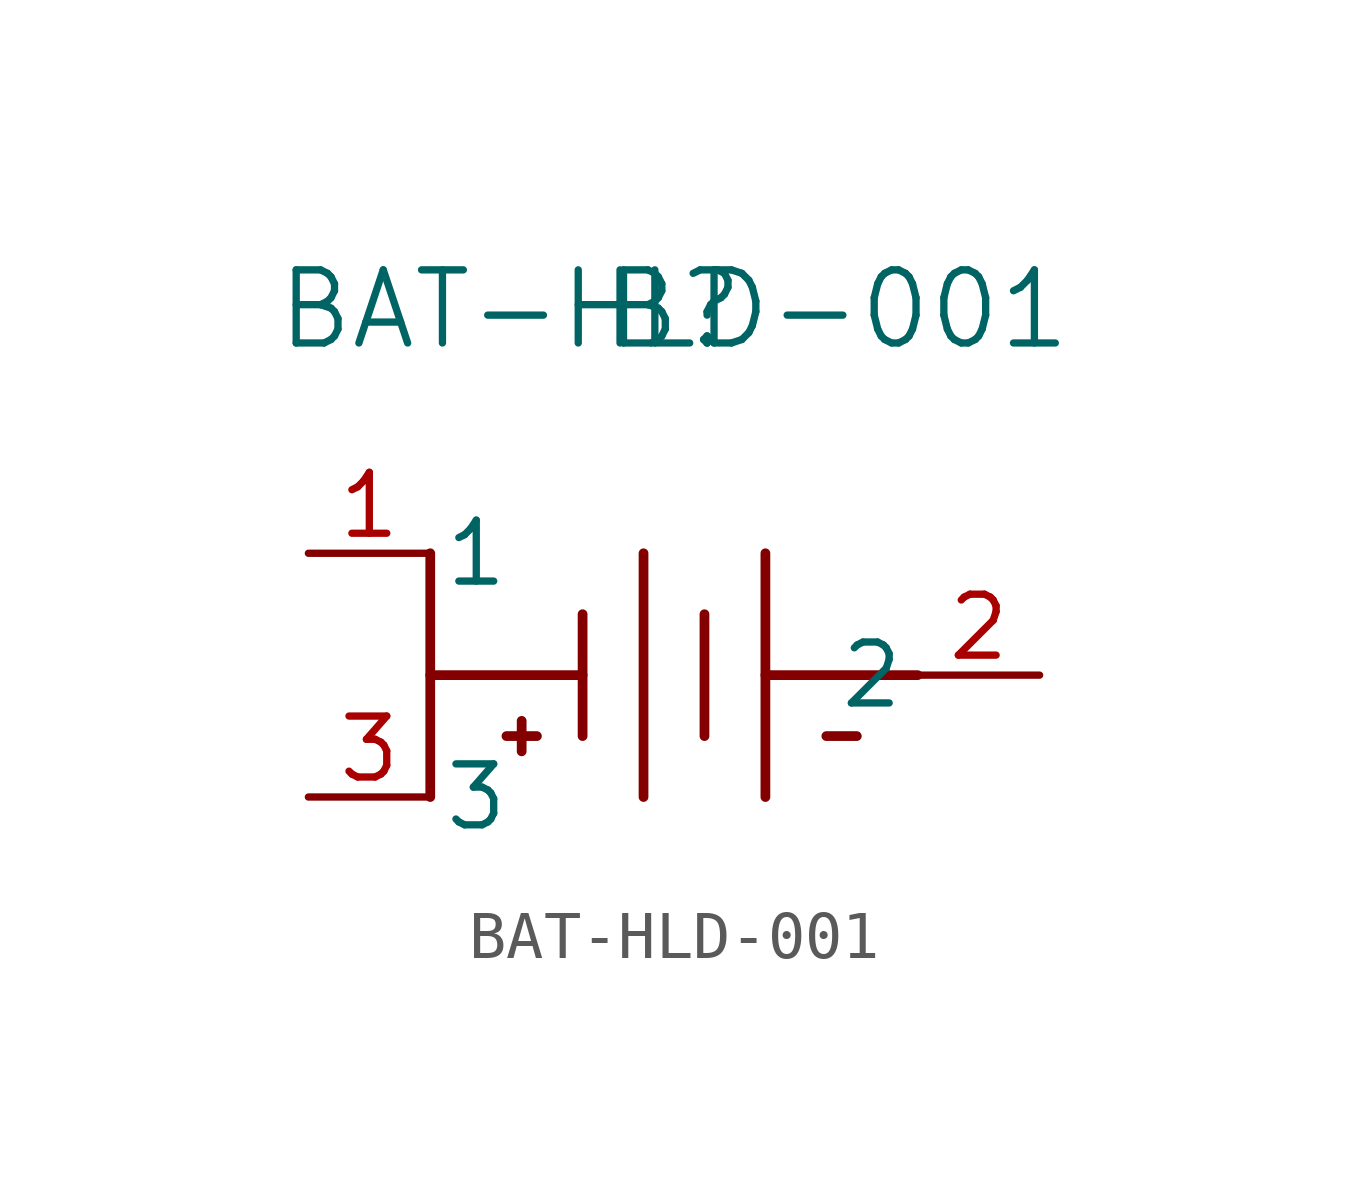
<source format=kicad_sym>
(kicad_symbol_lib
  (version 20211014)
  (generator kicad_symbol_editor)
  (symbol "BAT-HLD-001"
    (pin_names
      (offset 0.254))
    (property "Reference" "B"
      (at 7.62 5.08 0)
      (effects (font (size 1.524 1.524))))
    (property "Value" "BAT-HLD-001"
      (at 7.62 5.08 0)
      (effects (font (size 1.524 1.524))))
    (symbol "BAT-HLD-001_0_1"
      (polyline (pts (xy 2.54 -2.54) (xy 5.715 -2.54)) (stroke (width 0.203) (type default) (color 0 0 0 0)) (fill (type none)))
      (polyline (pts (xy 5.715 -1.27) (xy 5.715 -3.81)) (stroke (width 0.203) (type default) (color 0 0 0 0)) (fill (type none)))
      (polyline (pts (xy 6.985 0) (xy 6.985 -5.08)) (stroke (width 0.203) (type default) (color 0 0 0 0)) (fill (type none)))
      (polyline (pts (xy 8.255 -1.27) (xy 8.255 -3.81)) (stroke (width 0.203) (type default) (color 0 0 0 0)) (fill (type none)))
      (polyline (pts (xy 12.7 -2.54) (xy 9.525 -2.54)) (stroke (width 0.203) (type default) (color 0 0 0 0)) (fill (type none)))
      (polyline (pts (xy 4.128 -3.81) (xy 4.763 -3.81)) (stroke (width 0.203) (type default) (color 0 0 0 0)) (fill (type none)))
      (polyline (pts (xy 9.525 0) (xy 9.525 -5.08)) (stroke (width 0.203) (type default) (color 0 0 0 0)) (fill (type none)))
      (polyline (pts (xy 4.445 -4.128) (xy 4.445 -3.493)) (stroke (width 0.203) (type default) (color 0 0 0 0)) (fill (type none)))
      (polyline (pts (xy 10.795 -3.81) (xy 11.43 -3.81)) (stroke (width 0.203) (type default) (color 0 0 0 0)) (fill (type none)))
      (polyline (pts (xy 2.54 -5.08) (xy 2.54 0)) (stroke (width 0.203) (type default) (color 0 0 0 0)) (fill (type none)))
      (pin unspecified line (at 0 0 0) (length 2.54) (name "1" (effects (font (size 1.27 1.27)))) (number "1" (effects (font (size 1.27 1.27)))))
      (pin unspecified line (at 15.24 -2.54 180) (length 2.54) (name "2" (effects (font (size 1.27 1.27)))) (number "2" (effects (font (size 1.27 1.27)))))
      (pin unspecified line (at 0 -5.08 0) (length 2.54) (name "3" (effects (font (size 1.27 1.27)))) (number "3" (effects (font (size 1.27 1.27))))))))
</source>
